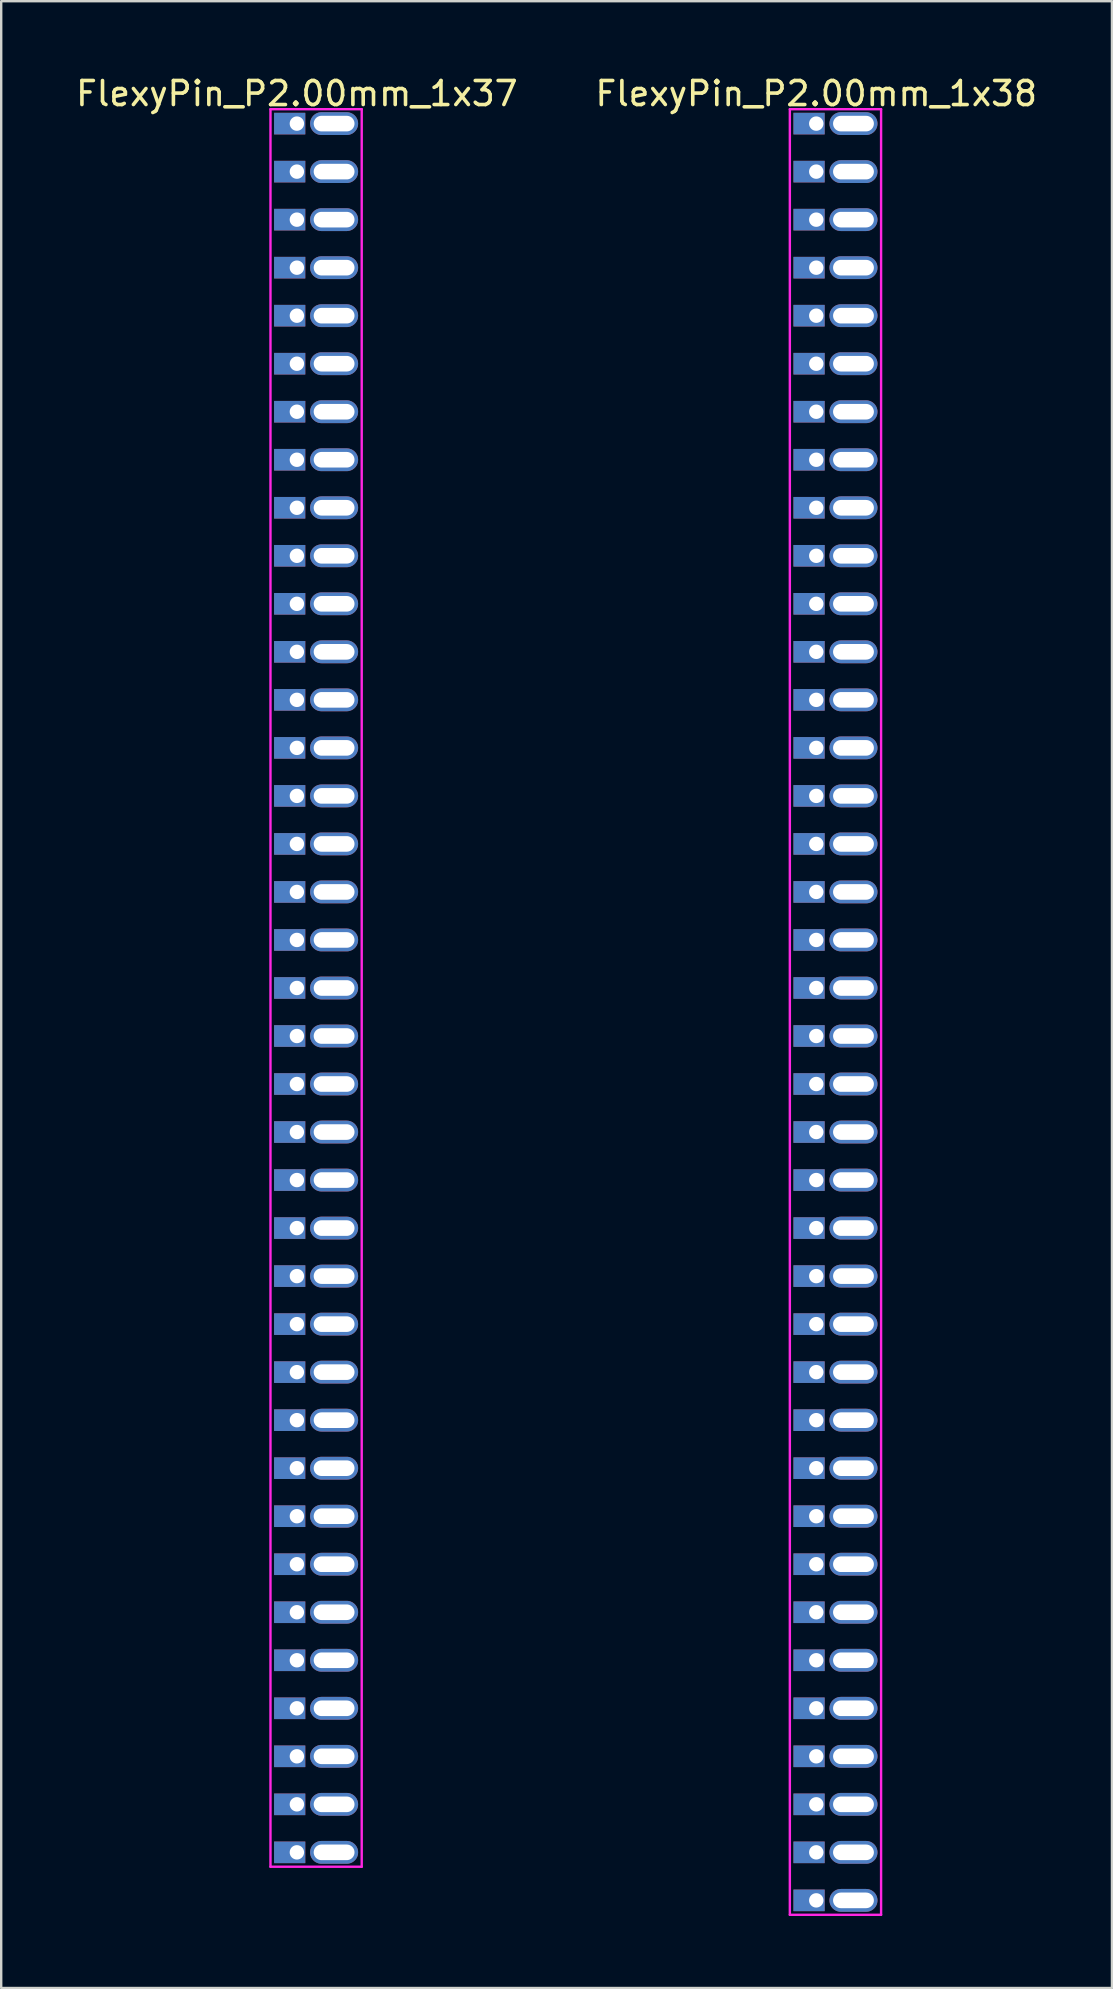
<source format=kicad_pcb>
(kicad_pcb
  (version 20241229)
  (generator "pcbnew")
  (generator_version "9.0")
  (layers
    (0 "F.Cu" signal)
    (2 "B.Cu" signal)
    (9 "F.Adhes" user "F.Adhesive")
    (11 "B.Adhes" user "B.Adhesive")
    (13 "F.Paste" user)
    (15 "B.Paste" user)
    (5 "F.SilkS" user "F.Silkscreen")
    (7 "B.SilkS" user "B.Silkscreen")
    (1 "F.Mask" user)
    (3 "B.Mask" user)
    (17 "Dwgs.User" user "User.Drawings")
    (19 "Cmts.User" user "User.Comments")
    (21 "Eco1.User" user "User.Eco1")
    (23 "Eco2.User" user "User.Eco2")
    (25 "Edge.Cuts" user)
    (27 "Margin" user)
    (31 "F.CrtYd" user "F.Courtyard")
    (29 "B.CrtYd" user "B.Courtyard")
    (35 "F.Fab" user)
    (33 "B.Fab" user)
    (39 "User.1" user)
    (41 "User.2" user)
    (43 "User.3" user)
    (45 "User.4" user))
  (footprint "FlexyPin_P2.00mm_1x38"
    (layer "F.Cu")
    (at 30.946 2.098)
    (property "Reference" "FlexyPin_P2.00mm_1x38" (at 0 -1.25 0) (layer "F.SilkS") (effects (font (size 1 1) (thickness 0.15))))
    (attr through_hole)
    (fp_line (start -1.1 -0.6) (end 2.7 -0.6) (stroke (width 0.1) (type solid)) (layer "F.CrtYd"))
    (fp_line (start -1.1 74.6) (end -1.1 -0.6) (stroke (width 0.1) (type solid)) (layer "F.CrtYd"))
    (fp_line (start 2.7 -0.6) (end 2.7 74.6) (stroke (width 0.1) (type solid)) (layer "F.CrtYd"))
    (fp_line (start 2.7 74.6) (end -1.1 74.6) (stroke (width 0.1) (type solid)) (layer "F.CrtYd"))
    (pad "" thru_hole oval (at 1.55 0) (size 2 0.95) (drill oval 1.7 0.65) (layers "*.Cu" "*.Mask"))
    (pad "" thru_hole oval (at 1.55 2) (size 2 0.95) (drill oval 1.7 0.65) (layers "*.Cu" "*.Mask"))
    (pad "" thru_hole oval (at 1.55 4) (size 2 0.95) (drill oval 1.7 0.65) (layers "*.Cu" "*.Mask"))
    (pad "" thru_hole oval (at 1.55 6) (size 2 0.95) (drill oval 1.7 0.65) (layers "*.Cu" "*.Mask"))
    (pad "" thru_hole oval (at 1.55 8) (size 2 0.95) (drill oval 1.7 0.65) (layers "*.Cu" "*.Mask"))
    (pad "" thru_hole oval (at 1.55 10) (size 2 0.95) (drill oval 1.7 0.65) (layers "*.Cu" "*.Mask"))
    (pad "" thru_hole oval (at 1.55 12) (size 2 0.95) (drill oval 1.7 0.65) (layers "*.Cu" "*.Mask"))
    (pad "" thru_hole oval (at 1.55 14) (size 2 0.95) (drill oval 1.7 0.65) (layers "*.Cu" "*.Mask"))
    (pad "" thru_hole oval (at 1.55 16) (size 2 0.95) (drill oval 1.7 0.65) (layers "*.Cu" "*.Mask"))
    (pad "" thru_hole oval (at 1.55 18) (size 2 0.95) (drill oval 1.7 0.65) (layers "*.Cu" "*.Mask"))
    (pad "" thru_hole oval (at 1.55 20) (size 2 0.95) (drill oval 1.7 0.65) (layers "*.Cu" "*.Mask"))
    (pad "" thru_hole oval (at 1.55 22) (size 2 0.95) (drill oval 1.7 0.65) (layers "*.Cu" "*.Mask"))
    (pad "" thru_hole oval (at 1.55 24) (size 2 0.95) (drill oval 1.7 0.65) (layers "*.Cu" "*.Mask"))
    (pad "" thru_hole oval (at 1.55 26) (size 2 0.95) (drill oval 1.7 0.65) (layers "*.Cu" "*.Mask"))
    (pad "" thru_hole oval (at 1.55 28) (size 2 0.95) (drill oval 1.7 0.65) (layers "*.Cu" "*.Mask"))
    (pad "" thru_hole oval (at 1.55 30) (size 2 0.95) (drill oval 1.7 0.65) (layers "*.Cu" "*.Mask"))
    (pad "" thru_hole oval (at 1.55 32) (size 2 0.95) (drill oval 1.7 0.65) (layers "*.Cu" "*.Mask"))
    (pad "" thru_hole oval (at 1.55 34) (size 2 0.95) (drill oval 1.7 0.65) (layers "*.Cu" "*.Mask"))
    (pad "" thru_hole oval (at 1.55 36) (size 2 0.95) (drill oval 1.7 0.65) (layers "*.Cu" "*.Mask"))
    (pad "" thru_hole oval (at 1.55 38) (size 2 0.95) (drill oval 1.7 0.65) (layers "*.Cu" "*.Mask"))
    (pad "" thru_hole oval (at 1.55 40) (size 2 0.95) (drill oval 1.7 0.65) (layers "*.Cu" "*.Mask"))
    (pad "" thru_hole oval (at 1.55 42) (size 2 0.95) (drill oval 1.7 0.65) (layers "*.Cu" "*.Mask"))
    (pad "" thru_hole oval (at 1.55 44) (size 2 0.95) (drill oval 1.7 0.65) (layers "*.Cu" "*.Mask"))
    (pad "" thru_hole oval (at 1.55 46) (size 2 0.95) (drill oval 1.7 0.65) (layers "*.Cu" "*.Mask"))
    (pad "" thru_hole oval (at 1.55 48) (size 2 0.95) (drill oval 1.7 0.65) (layers "*.Cu" "*.Mask"))
    (pad "" thru_hole oval (at 1.55 50) (size 2 0.95) (drill oval 1.7 0.65) (layers "*.Cu" "*.Mask"))
    (pad "" thru_hole oval (at 1.55 52) (size 2 0.95) (drill oval 1.7 0.65) (layers "*.Cu" "*.Mask"))
    (pad "" thru_hole oval (at 1.55 54) (size 2 0.95) (drill oval 1.7 0.65) (layers "*.Cu" "*.Mask"))
    (pad "" thru_hole oval (at 1.55 56) (size 2 0.95) (drill oval 1.7 0.65) (layers "*.Cu" "*.Mask"))
    (pad "" thru_hole oval (at 1.55 58) (size 2 0.95) (drill oval 1.7 0.65) (layers "*.Cu" "*.Mask"))
    (pad "" thru_hole oval (at 1.55 60) (size 2 0.95) (drill oval 1.7 0.65) (layers "*.Cu" "*.Mask"))
    (pad "" thru_hole oval (at 1.55 62) (size 2 0.95) (drill oval 1.7 0.65) (layers "*.Cu" "*.Mask"))
    (pad "" thru_hole oval (at 1.55 64) (size 2 0.95) (drill oval 1.7 0.65) (layers "*.Cu" "*.Mask"))
    (pad "" thru_hole oval (at 1.55 66) (size 2 0.95) (drill oval 1.7 0.65) (layers "*.Cu" "*.Mask"))
    (pad "" thru_hole oval (at 1.55 68) (size 2 0.95) (drill oval 1.7 0.65) (layers "*.Cu" "*.Mask"))
    (pad "" thru_hole oval (at 1.55 70) (size 2 0.95) (drill oval 1.7 0.65) (layers "*.Cu" "*.Mask"))
    (pad "" thru_hole oval (at 1.55 72) (size 2 0.95) (drill oval 1.7 0.65) (layers "*.Cu" "*.Mask"))
    (pad "" thru_hole oval (at 1.55 74) (size 2 0.95) (drill oval 1.7 0.65) (layers "*.Cu" "*.Mask"))
    (pad "1" thru_hole rect (at 0 0) (size 1.3 0.9) (drill 0.6 (offset -0.3 0)) (layers "*.Cu" "*.Mask"))
    (pad "2" thru_hole rect (at 0 2) (size 1.3 0.9) (drill 0.6 (offset -0.3 0)) (layers "*.Cu" "*.Mask"))
    (pad "3" thru_hole rect (at 0 4) (size 1.3 0.9) (drill 0.6 (offset -0.3 0)) (layers "*.Cu" "*.Mask"))
    (pad "4" thru_hole rect (at 0 6) (size 1.3 0.9) (drill 0.6 (offset -0.3 0)) (layers "*.Cu" "*.Mask"))
    (pad "5" thru_hole rect (at 0 8) (size 1.3 0.9) (drill 0.6 (offset -0.3 0)) (layers "*.Cu" "*.Mask"))
    (pad "6" thru_hole rect (at 0 10) (size 1.3 0.9) (drill 0.6 (offset -0.3 0)) (layers "*.Cu" "*.Mask"))
    (pad "7" thru_hole rect (at 0 12) (size 1.3 0.9) (drill 0.6 (offset -0.3 0)) (layers "*.Cu" "*.Mask"))
    (pad "8" thru_hole rect (at 0 14) (size 1.3 0.9) (drill 0.6 (offset -0.3 0)) (layers "*.Cu" "*.Mask"))
    (pad "9" thru_hole rect (at 0 16) (size 1.3 0.9) (drill 0.6 (offset -0.3 0)) (layers "*.Cu" "*.Mask"))
    (pad "10" thru_hole rect (at 0 18) (size 1.3 0.9) (drill 0.6 (offset -0.3 0)) (layers "*.Cu" "*.Mask"))
    (pad "11" thru_hole rect (at 0 20) (size 1.3 0.9) (drill 0.6 (offset -0.3 0)) (layers "*.Cu" "*.Mask"))
    (pad "12" thru_hole rect (at 0 22) (size 1.3 0.9) (drill 0.6 (offset -0.3 0)) (layers "*.Cu" "*.Mask"))
    (pad "13" thru_hole rect (at 0 24) (size 1.3 0.9) (drill 0.6 (offset -0.3 0)) (layers "*.Cu" "*.Mask"))
    (pad "14" thru_hole rect (at 0 26) (size 1.3 0.9) (drill 0.6 (offset -0.3 0)) (layers "*.Cu" "*.Mask"))
    (pad "15" thru_hole rect (at 0 28) (size 1.3 0.9) (drill 0.6 (offset -0.3 0)) (layers "*.Cu" "*.Mask"))
    (pad "16" thru_hole rect (at 0 30) (size 1.3 0.9) (drill 0.6 (offset -0.3 0)) (layers "*.Cu" "*.Mask"))
    (pad "17" thru_hole rect (at 0 32) (size 1.3 0.9) (drill 0.6 (offset -0.3 0)) (layers "*.Cu" "*.Mask"))
    (pad "18" thru_hole rect (at 0 34) (size 1.3 0.9) (drill 0.6 (offset -0.3 0)) (layers "*.Cu" "*.Mask"))
    (pad "19" thru_hole rect (at 0 36) (size 1.3 0.9) (drill 0.6 (offset -0.3 0)) (layers "*.Cu" "*.Mask"))
    (pad "20" thru_hole rect (at 0 38) (size 1.3 0.9) (drill 0.6 (offset -0.3 0)) (layers "*.Cu" "*.Mask"))
    (pad "21" thru_hole rect (at 0 40) (size 1.3 0.9) (drill 0.6 (offset -0.3 0)) (layers "*.Cu" "*.Mask"))
    (pad "22" thru_hole rect (at 0 42) (size 1.3 0.9) (drill 0.6 (offset -0.3 0)) (layers "*.Cu" "*.Mask"))
    (pad "23" thru_hole rect (at 0 44) (size 1.3 0.9) (drill 0.6 (offset -0.3 0)) (layers "*.Cu" "*.Mask"))
    (pad "24" thru_hole rect (at 0 46) (size 1.3 0.9) (drill 0.6 (offset -0.3 0)) (layers "*.Cu" "*.Mask"))
    (pad "25" thru_hole rect (at 0 48) (size 1.3 0.9) (drill 0.6 (offset -0.3 0)) (layers "*.Cu" "*.Mask"))
    (pad "26" thru_hole rect (at 0 50) (size 1.3 0.9) (drill 0.6 (offset -0.3 0)) (layers "*.Cu" "*.Mask"))
    (pad "27" thru_hole rect (at 0 52) (size 1.3 0.9) (drill 0.6 (offset -0.3 0)) (layers "*.Cu" "*.Mask"))
    (pad "28" thru_hole rect (at 0 54) (size 1.3 0.9) (drill 0.6 (offset -0.3 0)) (layers "*.Cu" "*.Mask"))
    (pad "29" thru_hole rect (at 0 56) (size 1.3 0.9) (drill 0.6 (offset -0.3 0)) (layers "*.Cu" "*.Mask"))
    (pad "30" thru_hole rect (at 0 58) (size 1.3 0.9) (drill 0.6 (offset -0.3 0)) (layers "*.Cu" "*.Mask"))
    (pad "31" thru_hole rect (at 0 60) (size 1.3 0.9) (drill 0.6 (offset -0.3 0)) (layers "*.Cu" "*.Mask"))
    (pad "32" thru_hole rect (at 0 62) (size 1.3 0.9) (drill 0.6 (offset -0.3 0)) (layers "*.Cu" "*.Mask"))
    (pad "33" thru_hole rect (at 0 64) (size 1.3 0.9) (drill 0.6 (offset -0.3 0)) (layers "*.Cu" "*.Mask"))
    (pad "34" thru_hole rect (at 0 66) (size 1.3 0.9) (drill 0.6 (offset -0.3 0)) (layers "*.Cu" "*.Mask"))
    (pad "35" thru_hole rect (at 0 68) (size 1.3 0.9) (drill 0.6 (offset -0.3 0)) (layers "*.Cu" "*.Mask"))
    (pad "36" thru_hole rect (at 0 70) (size 1.3 0.9) (drill 0.6 (offset -0.3 0)) (layers "*.Cu" "*.Mask"))
    (pad "37" thru_hole rect (at 0 72) (size 1.3 0.9) (drill 0.6 (offset -0.3 0)) (layers "*.Cu" "*.Mask"))
    (pad "38" thru_hole rect (at 0 74) (size 1.3 0.9) (drill 0.6 (offset -0.3 0)) (layers "*.Cu" "*.Mask")))
  (footprint "FlexyPin_P2.00mm_1x37"
    (layer "F.Cu")
    (at 9.315 2.098)
    (property "Reference" "FlexyPin_P2.00mm_1x37" (at 0 -1.25 0) (layer "F.SilkS") (effects (font (size 1 1) (thickness 0.15))))
    (attr through_hole)
    (fp_line (start -1.1 -0.6) (end 2.7 -0.6) (stroke (width 0.1) (type solid)) (layer "F.CrtYd"))
    (fp_line (start -1.1 72.6) (end -1.1 -0.6) (stroke (width 0.1) (type solid)) (layer "F.CrtYd"))
    (fp_line (start 2.7 -0.6) (end 2.7 72.6) (stroke (width 0.1) (type solid)) (layer "F.CrtYd"))
    (fp_line (start 2.7 72.6) (end -1.1 72.6) (stroke (width 0.1) (type solid)) (layer "F.CrtYd"))
    (pad "" thru_hole oval (at 1.55 0) (size 2 0.95) (drill oval 1.7 0.65) (layers "*.Cu" "*.Mask"))
    (pad "" thru_hole oval (at 1.55 2) (size 2 0.95) (drill oval 1.7 0.65) (layers "*.Cu" "*.Mask"))
    (pad "" thru_hole oval (at 1.55 4) (size 2 0.95) (drill oval 1.7 0.65) (layers "*.Cu" "*.Mask"))
    (pad "" thru_hole oval (at 1.55 6) (size 2 0.95) (drill oval 1.7 0.65) (layers "*.Cu" "*.Mask"))
    (pad "" thru_hole oval (at 1.55 8) (size 2 0.95) (drill oval 1.7 0.65) (layers "*.Cu" "*.Mask"))
    (pad "" thru_hole oval (at 1.55 10) (size 2 0.95) (drill oval 1.7 0.65) (layers "*.Cu" "*.Mask"))
    (pad "" thru_hole oval (at 1.55 12) (size 2 0.95) (drill oval 1.7 0.65) (layers "*.Cu" "*.Mask"))
    (pad "" thru_hole oval (at 1.55 14) (size 2 0.95) (drill oval 1.7 0.65) (layers "*.Cu" "*.Mask"))
    (pad "" thru_hole oval (at 1.55 16) (size 2 0.95) (drill oval 1.7 0.65) (layers "*.Cu" "*.Mask"))
    (pad "" thru_hole oval (at 1.55 18) (size 2 0.95) (drill oval 1.7 0.65) (layers "*.Cu" "*.Mask"))
    (pad "" thru_hole oval (at 1.55 20) (size 2 0.95) (drill oval 1.7 0.65) (layers "*.Cu" "*.Mask"))
    (pad "" thru_hole oval (at 1.55 22) (size 2 0.95) (drill oval 1.7 0.65) (layers "*.Cu" "*.Mask"))
    (pad "" thru_hole oval (at 1.55 24) (size 2 0.95) (drill oval 1.7 0.65) (layers "*.Cu" "*.Mask"))
    (pad "" thru_hole oval (at 1.55 26) (size 2 0.95) (drill oval 1.7 0.65) (layers "*.Cu" "*.Mask"))
    (pad "" thru_hole oval (at 1.55 28) (size 2 0.95) (drill oval 1.7 0.65) (layers "*.Cu" "*.Mask"))
    (pad "" thru_hole oval (at 1.55 30) (size 2 0.95) (drill oval 1.7 0.65) (layers "*.Cu" "*.Mask"))
    (pad "" thru_hole oval (at 1.55 32) (size 2 0.95) (drill oval 1.7 0.65) (layers "*.Cu" "*.Mask"))
    (pad "" thru_hole oval (at 1.55 34) (size 2 0.95) (drill oval 1.7 0.65) (layers "*.Cu" "*.Mask"))
    (pad "" thru_hole oval (at 1.55 36) (size 2 0.95) (drill oval 1.7 0.65) (layers "*.Cu" "*.Mask"))
    (pad "" thru_hole oval (at 1.55 38) (size 2 0.95) (drill oval 1.7 0.65) (layers "*.Cu" "*.Mask"))
    (pad "" thru_hole oval (at 1.55 40) (size 2 0.95) (drill oval 1.7 0.65) (layers "*.Cu" "*.Mask"))
    (pad "" thru_hole oval (at 1.55 42) (size 2 0.95) (drill oval 1.7 0.65) (layers "*.Cu" "*.Mask"))
    (pad "" thru_hole oval (at 1.55 44) (size 2 0.95) (drill oval 1.7 0.65) (layers "*.Cu" "*.Mask"))
    (pad "" thru_hole oval (at 1.55 46) (size 2 0.95) (drill oval 1.7 0.65) (layers "*.Cu" "*.Mask"))
    (pad "" thru_hole oval (at 1.55 48) (size 2 0.95) (drill oval 1.7 0.65) (layers "*.Cu" "*.Mask"))
    (pad "" thru_hole oval (at 1.55 50) (size 2 0.95) (drill oval 1.7 0.65) (layers "*.Cu" "*.Mask"))
    (pad "" thru_hole oval (at 1.55 52) (size 2 0.95) (drill oval 1.7 0.65) (layers "*.Cu" "*.Mask"))
    (pad "" thru_hole oval (at 1.55 54) (size 2 0.95) (drill oval 1.7 0.65) (layers "*.Cu" "*.Mask"))
    (pad "" thru_hole oval (at 1.55 56) (size 2 0.95) (drill oval 1.7 0.65) (layers "*.Cu" "*.Mask"))
    (pad "" thru_hole oval (at 1.55 58) (size 2 0.95) (drill oval 1.7 0.65) (layers "*.Cu" "*.Mask"))
    (pad "" thru_hole oval (at 1.55 60) (size 2 0.95) (drill oval 1.7 0.65) (layers "*.Cu" "*.Mask"))
    (pad "" thru_hole oval (at 1.55 62) (size 2 0.95) (drill oval 1.7 0.65) (layers "*.Cu" "*.Mask"))
    (pad "" thru_hole oval (at 1.55 64) (size 2 0.95) (drill oval 1.7 0.65) (layers "*.Cu" "*.Mask"))
    (pad "" thru_hole oval (at 1.55 66) (size 2 0.95) (drill oval 1.7 0.65) (layers "*.Cu" "*.Mask"))
    (pad "" thru_hole oval (at 1.55 68) (size 2 0.95) (drill oval 1.7 0.65) (layers "*.Cu" "*.Mask"))
    (pad "" thru_hole oval (at 1.55 70) (size 2 0.95) (drill oval 1.7 0.65) (layers "*.Cu" "*.Mask"))
    (pad "" thru_hole oval (at 1.55 72) (size 2 0.95) (drill oval 1.7 0.65) (layers "*.Cu" "*.Mask"))
    (pad "1" thru_hole rect (at 0 0) (size 1.3 0.9) (drill 0.6 (offset -0.3 0)) (layers "*.Cu" "*.Mask"))
    (pad "2" thru_hole rect (at 0 2) (size 1.3 0.9) (drill 0.6 (offset -0.3 0)) (layers "*.Cu" "*.Mask"))
    (pad "3" thru_hole rect (at 0 4) (size 1.3 0.9) (drill 0.6 (offset -0.3 0)) (layers "*.Cu" "*.Mask"))
    (pad "4" thru_hole rect (at 0 6) (size 1.3 0.9) (drill 0.6 (offset -0.3 0)) (layers "*.Cu" "*.Mask"))
    (pad "5" thru_hole rect (at 0 8) (size 1.3 0.9) (drill 0.6 (offset -0.3 0)) (layers "*.Cu" "*.Mask"))
    (pad "6" thru_hole rect (at 0 10) (size 1.3 0.9) (drill 0.6 (offset -0.3 0)) (layers "*.Cu" "*.Mask"))
    (pad "7" thru_hole rect (at 0 12) (size 1.3 0.9) (drill 0.6 (offset -0.3 0)) (layers "*.Cu" "*.Mask"))
    (pad "8" thru_hole rect (at 0 14) (size 1.3 0.9) (drill 0.6 (offset -0.3 0)) (layers "*.Cu" "*.Mask"))
    (pad "9" thru_hole rect (at 0 16) (size 1.3 0.9) (drill 0.6 (offset -0.3 0)) (layers "*.Cu" "*.Mask"))
    (pad "10" thru_hole rect (at 0 18) (size 1.3 0.9) (drill 0.6 (offset -0.3 0)) (layers "*.Cu" "*.Mask"))
    (pad "11" thru_hole rect (at 0 20) (size 1.3 0.9) (drill 0.6 (offset -0.3 0)) (layers "*.Cu" "*.Mask"))
    (pad "12" thru_hole rect (at 0 22) (size 1.3 0.9) (drill 0.6 (offset -0.3 0)) (layers "*.Cu" "*.Mask"))
    (pad "13" thru_hole rect (at 0 24) (size 1.3 0.9) (drill 0.6 (offset -0.3 0)) (layers "*.Cu" "*.Mask"))
    (pad "14" thru_hole rect (at 0 26) (size 1.3 0.9) (drill 0.6 (offset -0.3 0)) (layers "*.Cu" "*.Mask"))
    (pad "15" thru_hole rect (at 0 28) (size 1.3 0.9) (drill 0.6 (offset -0.3 0)) (layers "*.Cu" "*.Mask"))
    (pad "16" thru_hole rect (at 0 30) (size 1.3 0.9) (drill 0.6 (offset -0.3 0)) (layers "*.Cu" "*.Mask"))
    (pad "17" thru_hole rect (at 0 32) (size 1.3 0.9) (drill 0.6 (offset -0.3 0)) (layers "*.Cu" "*.Mask"))
    (pad "18" thru_hole rect (at 0 34) (size 1.3 0.9) (drill 0.6 (offset -0.3 0)) (layers "*.Cu" "*.Mask"))
    (pad "19" thru_hole rect (at 0 36) (size 1.3 0.9) (drill 0.6 (offset -0.3 0)) (layers "*.Cu" "*.Mask"))
    (pad "20" thru_hole rect (at 0 38) (size 1.3 0.9) (drill 0.6 (offset -0.3 0)) (layers "*.Cu" "*.Mask"))
    (pad "21" thru_hole rect (at 0 40) (size 1.3 0.9) (drill 0.6 (offset -0.3 0)) (layers "*.Cu" "*.Mask"))
    (pad "22" thru_hole rect (at 0 42) (size 1.3 0.9) (drill 0.6 (offset -0.3 0)) (layers "*.Cu" "*.Mask"))
    (pad "23" thru_hole rect (at 0 44) (size 1.3 0.9) (drill 0.6 (offset -0.3 0)) (layers "*.Cu" "*.Mask"))
    (pad "24" thru_hole rect (at 0 46) (size 1.3 0.9) (drill 0.6 (offset -0.3 0)) (layers "*.Cu" "*.Mask"))
    (pad "25" thru_hole rect (at 0 48) (size 1.3 0.9) (drill 0.6 (offset -0.3 0)) (layers "*.Cu" "*.Mask"))
    (pad "26" thru_hole rect (at 0 50) (size 1.3 0.9) (drill 0.6 (offset -0.3 0)) (layers "*.Cu" "*.Mask"))
    (pad "27" thru_hole rect (at 0 52) (size 1.3 0.9) (drill 0.6 (offset -0.3 0)) (layers "*.Cu" "*.Mask"))
    (pad "28" thru_hole rect (at 0 54) (size 1.3 0.9) (drill 0.6 (offset -0.3 0)) (layers "*.Cu" "*.Mask"))
    (pad "29" thru_hole rect (at 0 56) (size 1.3 0.9) (drill 0.6 (offset -0.3 0)) (layers "*.Cu" "*.Mask"))
    (pad "30" thru_hole rect (at 0 58) (size 1.3 0.9) (drill 0.6 (offset -0.3 0)) (layers "*.Cu" "*.Mask"))
    (pad "31" thru_hole rect (at 0 60) (size 1.3 0.9) (drill 0.6 (offset -0.3 0)) (layers "*.Cu" "*.Mask"))
    (pad "32" thru_hole rect (at 0 62) (size 1.3 0.9) (drill 0.6 (offset -0.3 0)) (layers "*.Cu" "*.Mask"))
    (pad "33" thru_hole rect (at 0 64) (size 1.3 0.9) (drill 0.6 (offset -0.3 0)) (layers "*.Cu" "*.Mask"))
    (pad "34" thru_hole rect (at 0 66) (size 1.3 0.9) (drill 0.6 (offset -0.3 0)) (layers "*.Cu" "*.Mask"))
    (pad "35" thru_hole rect (at 0 68) (size 1.3 0.9) (drill 0.6 (offset -0.3 0)) (layers "*.Cu" "*.Mask"))
    (pad "36" thru_hole rect (at 0 70) (size 1.3 0.9) (drill 0.6 (offset -0.3 0)) (layers "*.Cu" "*.Mask"))
    (pad "37" thru_hole rect (at 0 72) (size 1.3 0.9) (drill 0.6 (offset -0.3 0)) (layers "*.Cu" "*.Mask")))
  (gr_rect
    (start -3 -3)
    (end 43.262 79.748)
    (stroke (width 0.1) (type default))
    (fill no)
    (layer "Edge.Cuts")))
</source>
